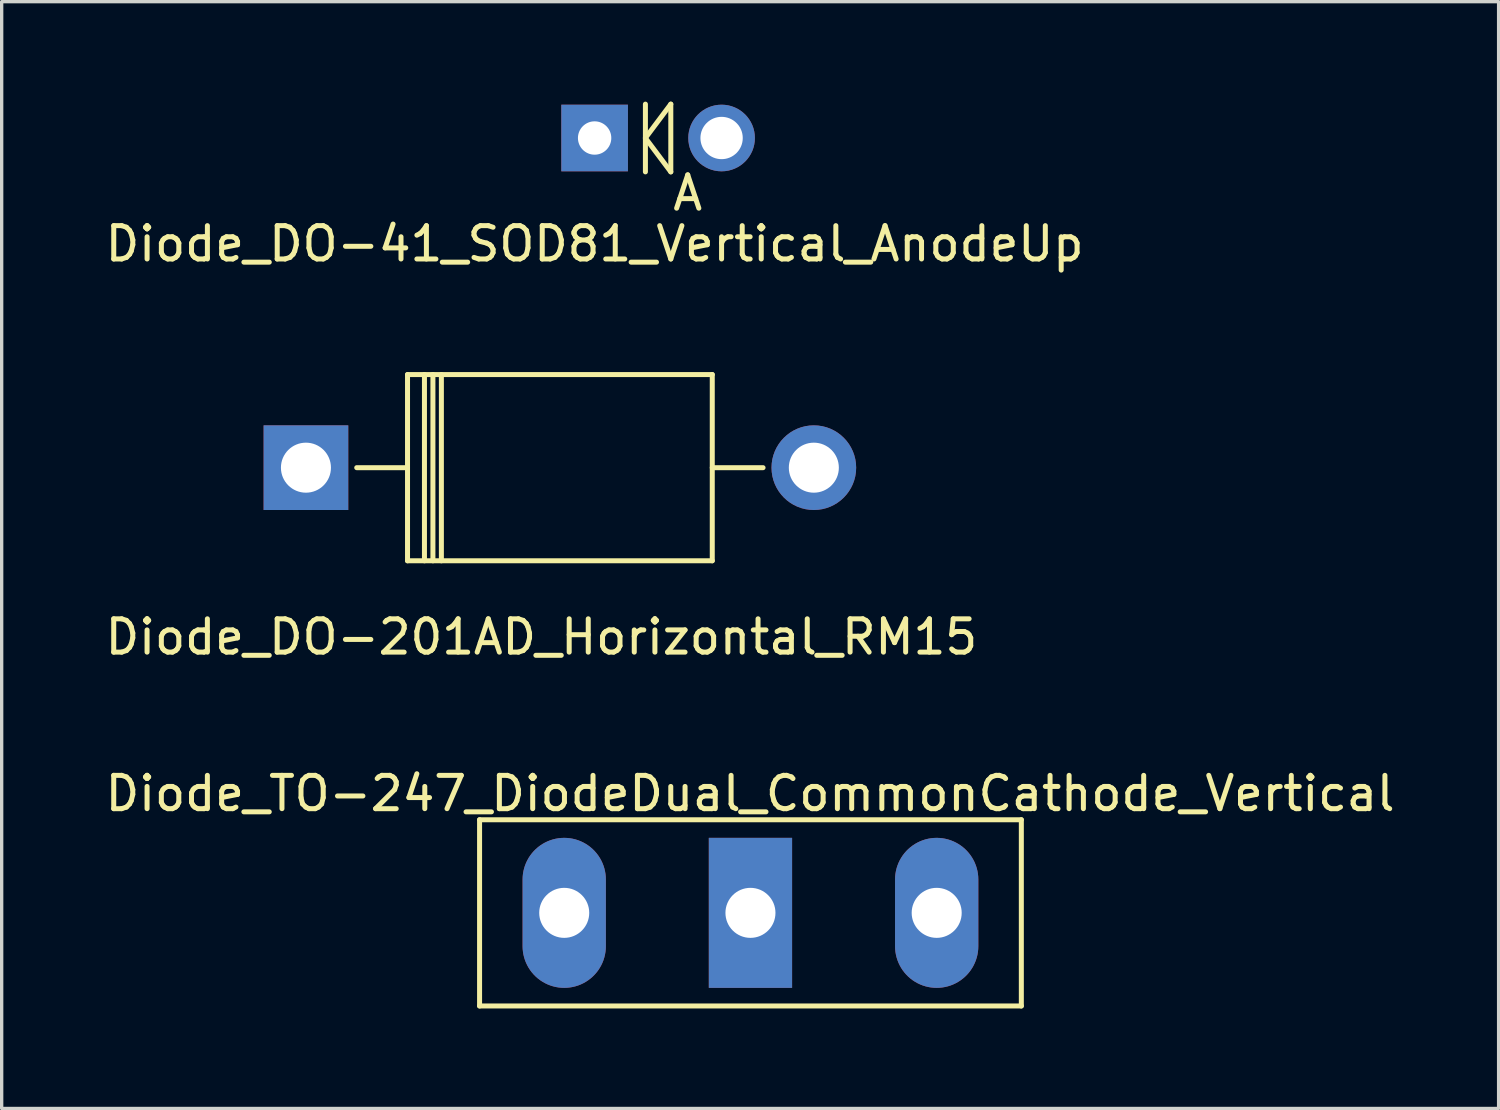
<source format=kicad_pcb>
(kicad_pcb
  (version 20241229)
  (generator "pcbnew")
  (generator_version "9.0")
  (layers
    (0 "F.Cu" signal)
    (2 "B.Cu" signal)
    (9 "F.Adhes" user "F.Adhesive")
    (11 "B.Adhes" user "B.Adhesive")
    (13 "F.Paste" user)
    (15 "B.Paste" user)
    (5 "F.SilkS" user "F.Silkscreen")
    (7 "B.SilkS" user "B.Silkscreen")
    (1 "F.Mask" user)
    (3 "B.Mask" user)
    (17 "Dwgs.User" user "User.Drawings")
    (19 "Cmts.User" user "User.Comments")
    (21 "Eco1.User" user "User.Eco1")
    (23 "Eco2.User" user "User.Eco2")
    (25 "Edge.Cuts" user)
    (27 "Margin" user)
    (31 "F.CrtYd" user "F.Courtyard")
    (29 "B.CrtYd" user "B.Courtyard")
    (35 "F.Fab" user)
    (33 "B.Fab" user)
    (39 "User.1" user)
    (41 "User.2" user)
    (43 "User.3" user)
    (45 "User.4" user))
  (footprint "Diode_DO-201AD_Horizontal_RM15"
    (layer "F.Cu")
    (at 6.129 10.986)
    (property "Reference" "Diode_DO-201AD_Horizontal_RM15" (at 7.067 5.077 0) (layer "F.SilkS") (effects (font (size 1 1) (thickness 0.15))))
    (attr through_hole)
    (fp_line (start 3.049 -2.797) (end 12.193 -2.797) (stroke (width 0.15) (type solid)) (layer "F.SilkS"))
    (fp_line (start 3.049 -0.003) (end 1.525 -0.003) (stroke (width 0.15) (type solid)) (layer "F.SilkS"))
    (fp_line (start 3.049 2.791) (end 3.049 -2.797) (stroke (width 0.15) (type solid)) (layer "F.SilkS"))
    (fp_line (start 3.557 -2.797) (end 3.557 2.791) (stroke (width 0.15) (type solid)) (layer "F.SilkS"))
    (fp_line (start 3.811 -2.797) (end 3.811 2.791) (stroke (width 0.15) (type solid)) (layer "F.SilkS"))
    (fp_line (start 4.065 -2.797) (end 4.065 2.791) (stroke (width 0.15) (type solid)) (layer "F.SilkS"))
    (fp_line (start 12.193 -2.797) (end 12.193 2.791) (stroke (width 0.15) (type solid)) (layer "F.SilkS"))
    (fp_line (start 12.193 -0.003) (end 13.717 -0.003) (stroke (width 0.15) (type solid)) (layer "F.SilkS"))
    (fp_line (start 12.193 2.791) (end 3.049 2.791) (stroke (width 0.15) (type solid)) (layer "F.SilkS"))
    (pad "1" thru_hole rect (at 0.001 -0.003 180) (size 2.54 2.54) (drill 1.501) (layers "*.Cu" "*.Mask"))
    (pad "2" thru_hole circle (at 15.241 -0.003 180) (size 2.54 2.54) (drill 1.501) (layers "*.Cu" "*.Mask")))
  (footprint "Diode_TO-247_DiodeDual_CommonCathode_Vertical"
    (layer "F.Cu")
    (at 13.883 24.341)
    (property "Reference" "Diode_TO-247_DiodeDual_CommonCathode_Vertical" (at 5.575 -3.581 0) (layer "F.SilkS") (effects (font (size 1 1) (thickness 0.15))))
    (attr through_hole)
    (fp_line (start -2.543 -2.794) (end -2.543 2.794) (stroke (width 0.15) (type solid)) (layer "F.SilkS"))
    (fp_line (start -2.543 2.794) (end 13.713 2.794) (stroke (width 0.15) (type solid)) (layer "F.SilkS"))
    (fp_line (start 13.713 -2.794) (end -2.543 -2.794) (stroke (width 0.15) (type solid)) (layer "F.SilkS"))
    (fp_line (start 13.713 2.794) (end 13.713 -2.794) (stroke (width 0.15) (type solid)) (layer "F.SilkS"))
    (pad "1" thru_hole oval (at -0.003 0 90) (size 4.501 2.499) (drill 1.501) (layers "*.Cu" "*.Mask"))
    (pad "2" thru_hole rect (at 5.585 0 90) (size 4.501 2.499) (drill 1.501) (layers "*.Cu" "*.Mask"))
    (pad "3" thru_hole oval (at 11.173 0 90) (size 4.501 2.499) (drill 1.501) (layers "*.Cu" "*.Mask")))
  (footprint "Diode_DO-41_SOD81_Vertical_AnodeUp"
    (layer "F.Cu")
    (at 14.792 1.091)
    (property "Reference" "Diode_DO-41_SOD81_Vertical_AnodeUp" (at 0 3.175 0) (layer "F.SilkS") (effects (font (size 1 1) (thickness 0.15))))
    (attr through_hole)
    (fp_line (start 1.524 -1.016) (end 1.524 1.016) (stroke (width 0.15) (type solid)) (layer "F.SilkS"))
    (fp_line (start 1.524 0) (end 2.286 -1.016) (stroke (width 0.15) (type solid)) (layer "F.SilkS"))
    (fp_line (start 1.524 0) (end 2.286 1.016) (stroke (width 0.15) (type solid)) (layer "F.SilkS"))
    (fp_line (start 2.286 -1.016) (end 2.286 1.016) (stroke (width 0.15) (type solid)) (layer "F.SilkS"))
    (fp_text user "A" (at 2.794 1.651 0) (layer "F.SilkS") (effects (font (size 1 1) (thickness 0.15))))
    (pad "1" thru_hole rect (at 0 0) (size 1.999 1.999) (drill 1.001) (layers "*.Cu" "*.Mask"))
    (pad "2" thru_hole circle (at 3.81 0) (size 1.999 1.999) (drill 1.27) (layers "*.Cu" "*.Mask")))
  (gr_rect
    (start -3 -3)
    (end 41.917 30.21)
    (stroke (width 0.1) (type default))
    (fill no)
    (layer "Edge.Cuts")))
</source>
